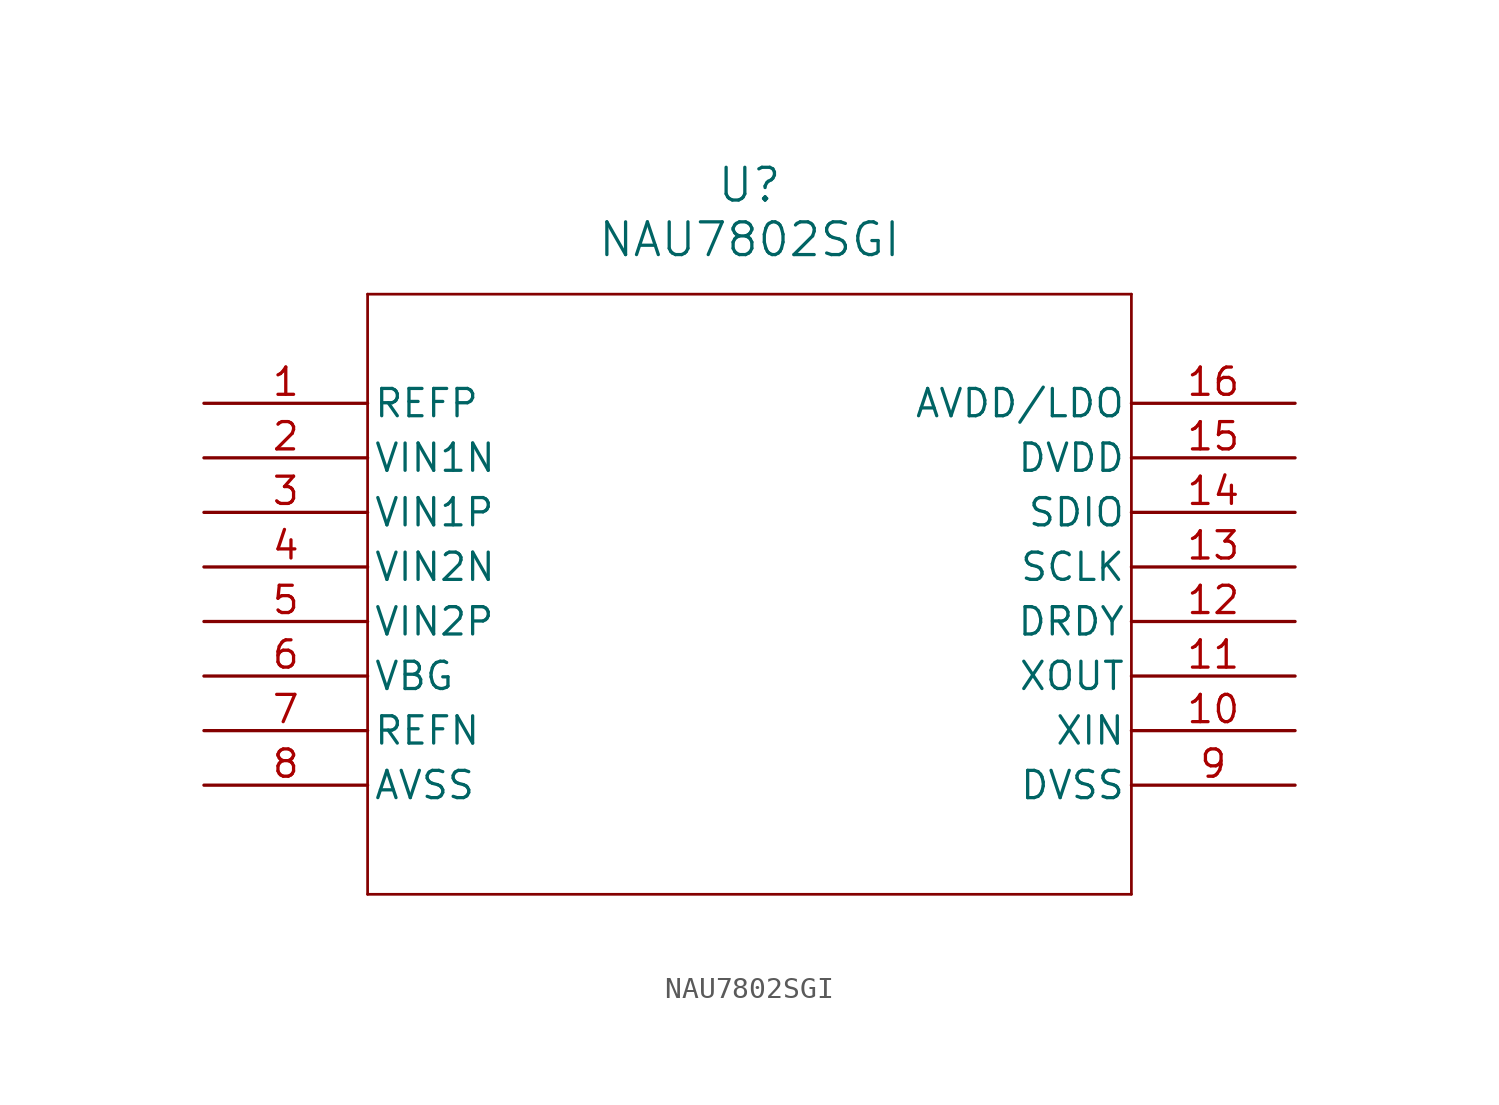
<source format=kicad_sym>
(kicad_symbol_lib
  (version 20211014)
  (generator kicad_symbol_editor)
  (symbol "NAU7802SGI"
    (pin_names
      (offset 0.254))
    (property "Reference" "U"
      (at 25.4 10.16 0)
      (effects (font (size 1.524 1.524))))
    (property "Value" "NAU7802SGI"
      (at 25.4 7.62 0)
      (effects (font (size 1.524 1.524))))
    (symbol "NAU7802SGI_0_1"
      (polyline (pts (xy 7.62 5.08) (xy 7.62 -22.86)) (stroke (width 0.127) (type default) (color 0 0 0 0)) (fill (type none)))
      (polyline (pts (xy 7.62 -22.86) (xy 43.18 -22.86)) (stroke (width 0.127) (type default) (color 0 0 0 0)) (fill (type none)))
      (polyline (pts (xy 43.18 -22.86) (xy 43.18 5.08)) (stroke (width 0.127) (type default) (color 0 0 0 0)) (fill (type none)))
      (polyline (pts (xy 43.18 5.08) (xy 7.62 5.08)) (stroke (width 0.127) (type default) (color 0 0 0 0)) (fill (type none)))
      (pin unspecified line (at 0 0 0) (length 7.62) (name "REFP" (effects (font (size 1.27 1.27)))) (number "1" (effects (font (size 1.27 1.27)))))
      (pin input line (at 0 -2.54 0) (length 7.62) (name "VIN1N" (effects (font (size 1.27 1.27)))) (number "2" (effects (font (size 1.27 1.27)))))
      (pin input line (at 0 -5.08 0) (length 7.62) (name "VIN1P" (effects (font (size 1.27 1.27)))) (number "3" (effects (font (size 1.27 1.27)))))
      (pin input line (at 0 -7.62 0) (length 7.62) (name "VIN2N" (effects (font (size 1.27 1.27)))) (number "4" (effects (font (size 1.27 1.27)))))
      (pin input line (at 0 -10.16 0) (length 7.62) (name "VIN2P" (effects (font (size 1.27 1.27)))) (number "5" (effects (font (size 1.27 1.27)))))
      (pin unspecified line (at 0 -12.7 0) (length 7.62) (name "VBG" (effects (font (size 1.27 1.27)))) (number "6" (effects (font (size 1.27 1.27)))))
      (pin unspecified line (at 0 -15.24 0) (length 7.62) (name "REFN" (effects (font (size 1.27 1.27)))) (number "7" (effects (font (size 1.27 1.27)))))
      (pin power_out line (at 0 -17.78 0) (length 7.62) (name "AVSS" (effects (font (size 1.27 1.27)))) (number "8" (effects (font (size 1.27 1.27)))))
      (pin power_out line (at 50.8 -17.78 180) (length 7.62) (name "DVSS" (effects (font (size 1.27 1.27)))) (number "9" (effects (font (size 1.27 1.27)))))
      (pin unspecified line (at 50.8 -15.24 180) (length 7.62) (name "XIN" (effects (font (size 1.27 1.27)))) (number "10" (effects (font (size 1.27 1.27)))))
      (pin output line (at 50.8 -12.7 180) (length 7.62) (name "XOUT" (effects (font (size 1.27 1.27)))) (number "11" (effects (font (size 1.27 1.27)))))
      (pin unspecified line (at 50.8 -10.16 180) (length 7.62) (name "DRDY" (effects (font (size 1.27 1.27)))) (number "12" (effects (font (size 1.27 1.27)))))
      (pin unspecified line (at 50.8 -7.62 180) (length 7.62) (name "SCLK" (effects (font (size 1.27 1.27)))) (number "13" (effects (font (size 1.27 1.27)))))
      (pin unspecified line (at 50.8 -5.08 180) (length 7.62) (name "SDIO" (effects (font (size 1.27 1.27)))) (number "14" (effects (font (size 1.27 1.27)))))
      (pin power_in line (at 50.8 -2.54 180) (length 7.62) (name "DVDD" (effects (font (size 1.27 1.27)))) (number "15" (effects (font (size 1.27 1.27)))))
      (pin power_in line (at 50.8 0 180) (length 7.62) (name "AVDD/LDO" (effects (font (size 1.27 1.27)))) (number "16" (effects (font (size 1.27 1.27))))))))
</source>
